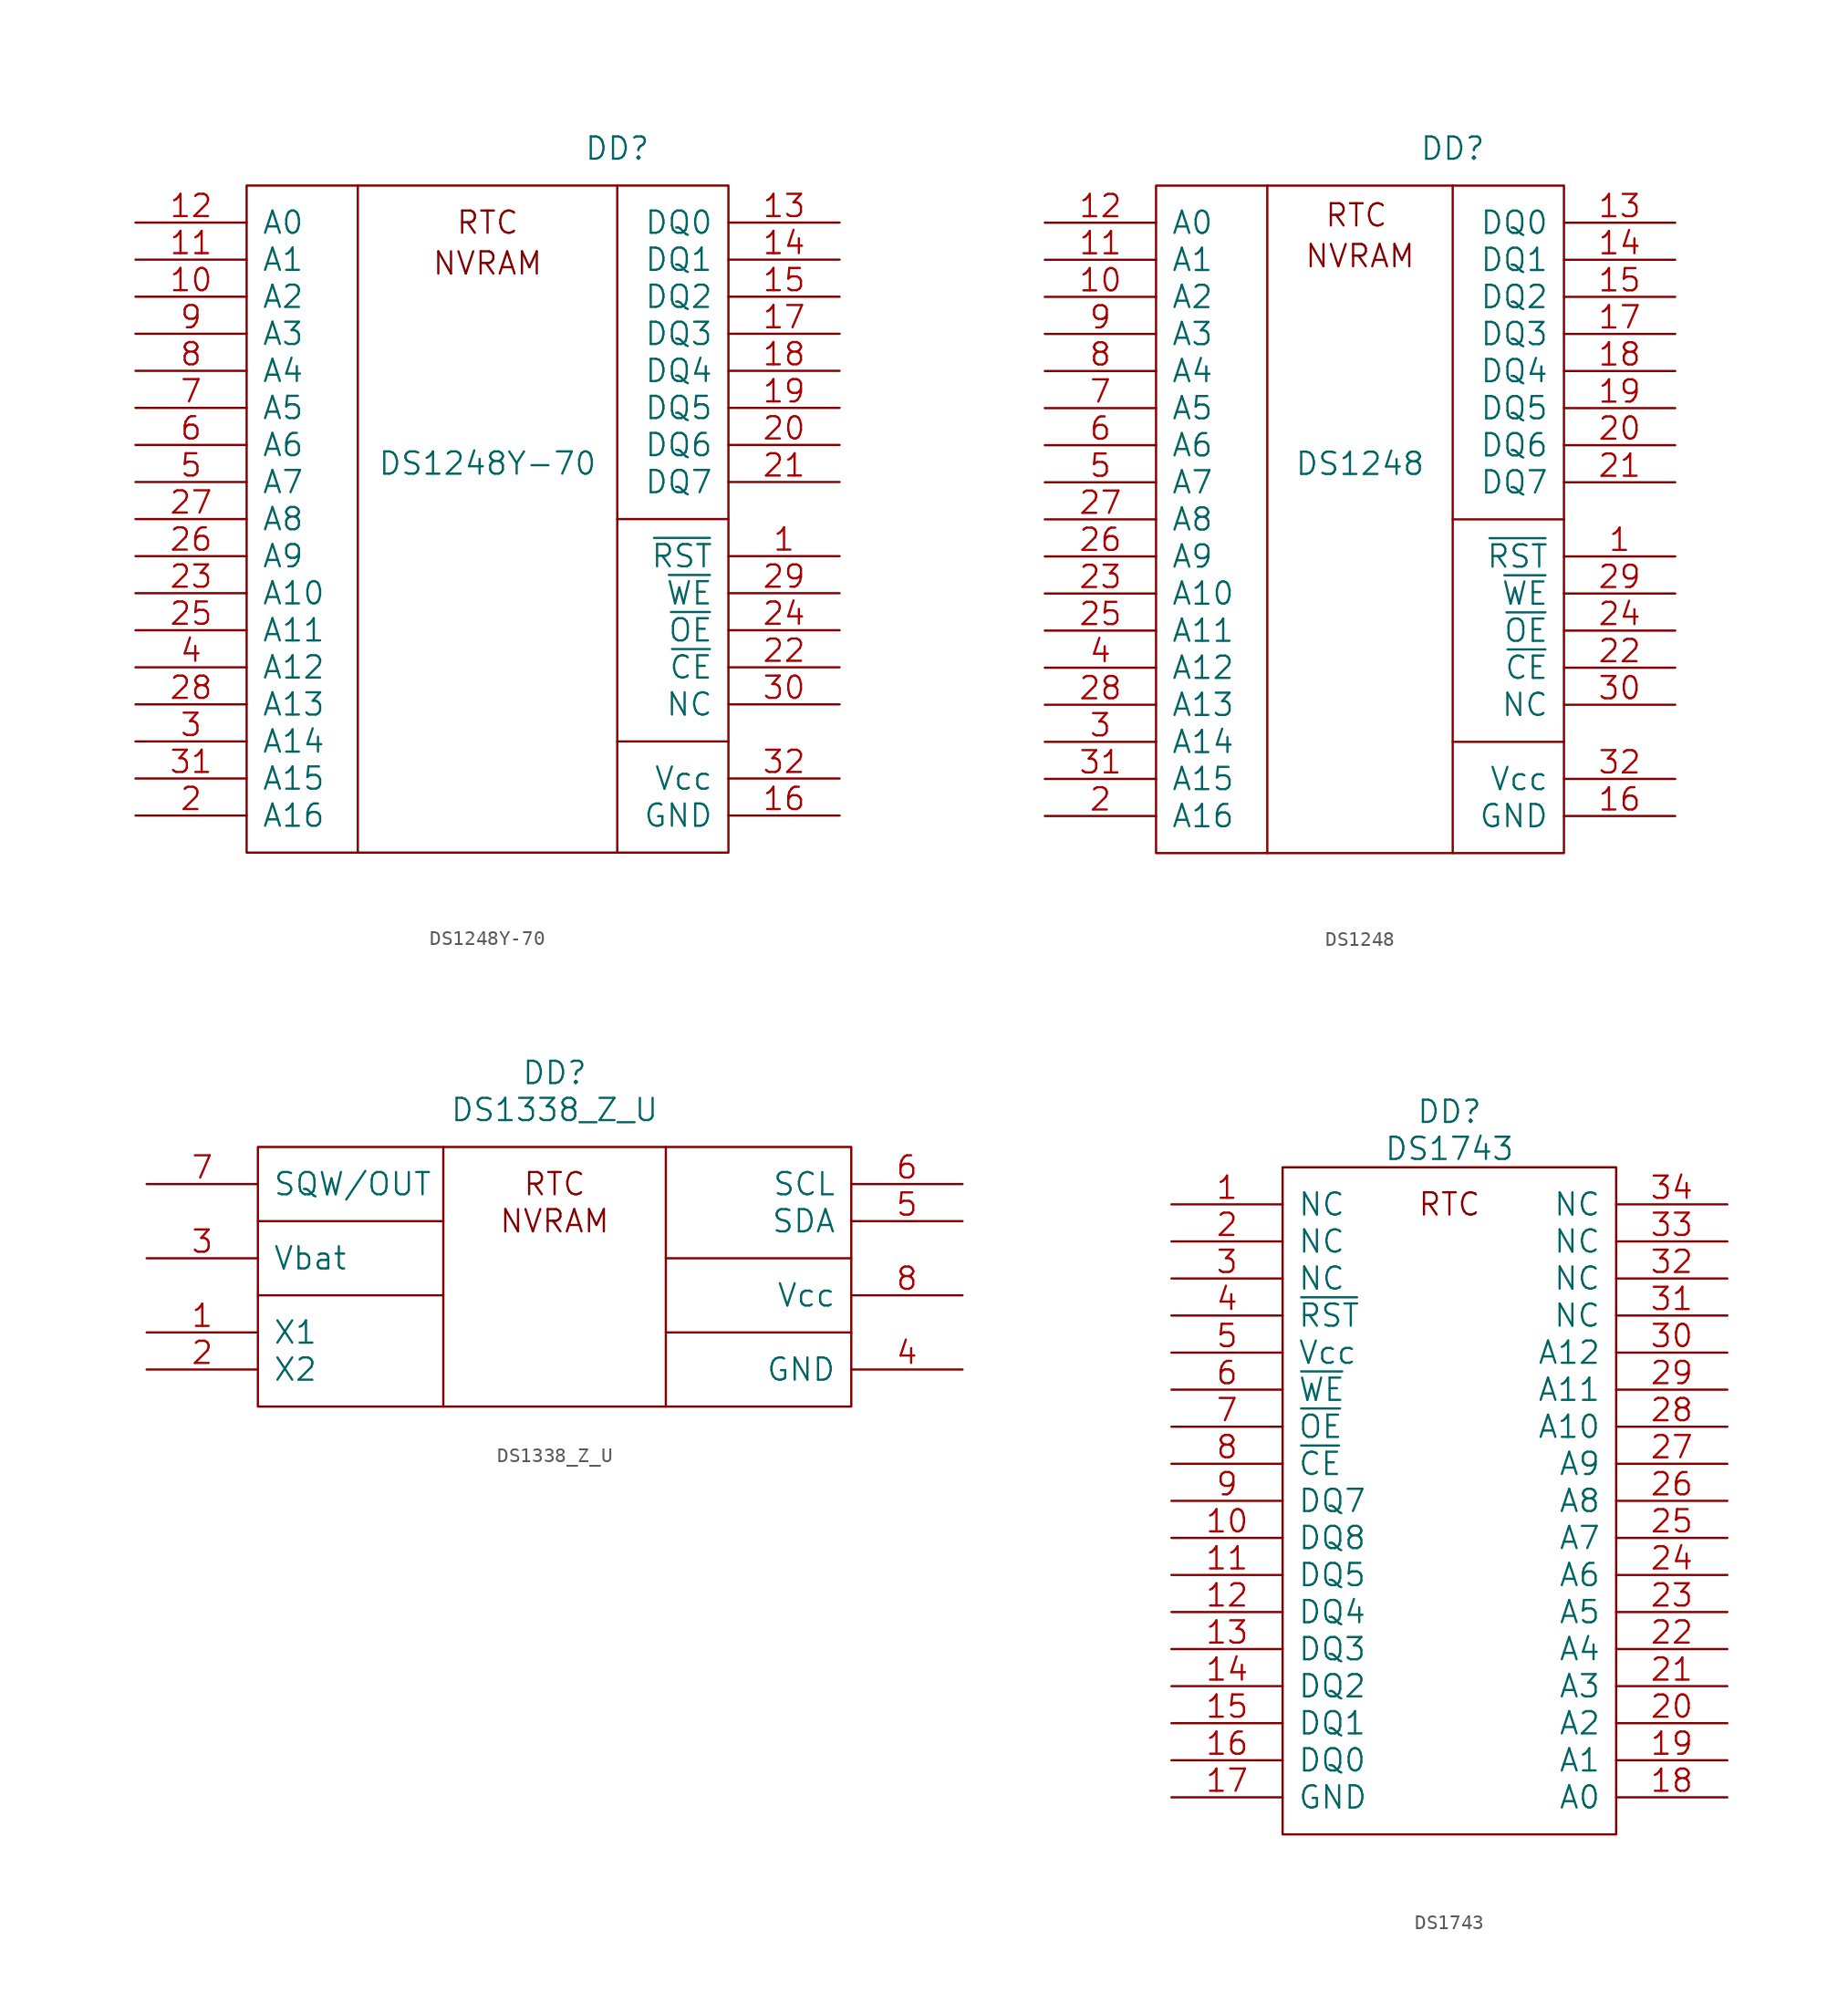
<source format=kicad_sym>
(kicad_symbol_lib
  (version 20241209)
  (generator "kicad_symbol_editor")
  (generator_version "9.0")
  (symbol "DS1248Y-70"
    (pin_names
      (offset 1.016))
    (property "Reference" "DD"
      (at 25.4 2.54 0)
      (effects (font (size 1.524 1.524))))
    (property "Value" "DS1248Y-70"
      (at 16.51 -19.05 0)
      (effects (font (size 1.524 1.524))))
    (property "Footprint" ""
      (at 0 0 0)
      (effects (font (size 1.524 1.524))))
    (property "Datasheet" ""
      (at 0 0 0)
      (effects (font (size 1.524 1.524))))
    (symbol "DS1248Y-70_0_0"
      (rectangle (start 0 0) (end 33.02 -45.72) (stroke (width 0) (type default)) (fill (type none)))
      (polyline (pts (xy 7.62 0) (xy 7.62 -45.72)) (stroke (width 0) (type default)) (fill (type none)))
      (polyline (pts (xy 25.4 0) (xy 25.4 -45.72)) (stroke (width 0) (type default)) (fill (type none)))
      (polyline (pts (xy 33.02 -22.86) (xy 25.4 -22.86)) (stroke (width 0) (type default)) (fill (type none)))
      (polyline (pts (xy 33.02 -38.1) (xy 25.4 -38.1)) (stroke (width 0) (type default)) (fill (type none)))
      (text "NVRAM" (at 16.51 -5.334 0) (effects (font (size 1.524 1.524))))
      (pin input line (at -7.62 -2.54 0) (length 7.62) (name "A0" (effects (font (size 1.524 1.524)))) (number "12" (effects (font (size 1.524 1.524)))))
      (pin input line (at -7.62 -5.08 0) (length 7.62) (name "A1" (effects (font (size 1.524 1.524)))) (number "11" (effects (font (size 1.524 1.524)))))
      (pin input line (at -7.62 -7.62 0) (length 7.62) (name "A2" (effects (font (size 1.524 1.524)))) (number "10" (effects (font (size 1.524 1.524)))))
      (pin input line (at -7.62 -10.16 0) (length 7.62) (name "A3" (effects (font (size 1.524 1.524)))) (number "9" (effects (font (size 1.524 1.524)))))
      (pin input line (at -7.62 -12.7 0) (length 7.62) (name "A4" (effects (font (size 1.524 1.524)))) (number "8" (effects (font (size 1.524 1.524)))))
      (pin input line (at -7.62 -15.24 0) (length 7.62) (name "A5" (effects (font (size 1.524 1.524)))) (number "7" (effects (font (size 1.524 1.524)))))
      (pin input line (at -7.62 -17.78 0) (length 7.62) (name "A6" (effects (font (size 1.524 1.524)))) (number "6" (effects (font (size 1.524 1.524)))))
      (pin input line (at -7.62 -20.32 0) (length 7.62) (name "A7" (effects (font (size 1.524 1.524)))) (number "5" (effects (font (size 1.524 1.524)))))
      (pin input line (at -7.62 -22.86 0) (length 7.62) (name "A8" (effects (font (size 1.524 1.524)))) (number "27" (effects (font (size 1.524 1.524)))))
      (pin input line (at -7.62 -25.4 0) (length 7.62) (name "A9" (effects (font (size 1.524 1.524)))) (number "26" (effects (font (size 1.524 1.524)))))
      (pin input line (at -7.62 -27.94 0) (length 7.62) (name "A10" (effects (font (size 1.524 1.524)))) (number "23" (effects (font (size 1.524 1.524)))))
      (pin input line (at -7.62 -30.48 0) (length 7.62) (name "A11" (effects (font (size 1.524 1.524)))) (number "25" (effects (font (size 1.524 1.524)))))
      (pin input line (at -7.62 -33.02 0) (length 7.62) (name "A12" (effects (font (size 1.524 1.524)))) (number "4" (effects (font (size 1.524 1.524)))))
      (pin input line (at -7.62 -35.56 0) (length 7.62) (name "A13" (effects (font (size 1.524 1.524)))) (number "28" (effects (font (size 1.524 1.524)))))
      (pin input line (at -7.62 -38.1 0) (length 7.62) (name "A14" (effects (font (size 1.524 1.524)))) (number "3" (effects (font (size 1.524 1.524)))))
      (pin input line (at -7.62 -40.64 0) (length 7.62) (name "A15" (effects (font (size 1.524 1.524)))) (number "31" (effects (font (size 1.524 1.524)))))
      (pin input line (at -7.62 -43.18 0) (length 7.62) (name "A16" (effects (font (size 1.524 1.524)))) (number "2" (effects (font (size 1.524 1.524)))))
      (pin input line (at 40.64 -2.54 180) (length 7.62) (name "DQ0" (effects (font (size 1.524 1.524)))) (number "13" (effects (font (size 1.524 1.524)))))
      (pin input line (at 40.64 -5.08 180) (length 7.62) (name "DQ1" (effects (font (size 1.524 1.524)))) (number "14" (effects (font (size 1.524 1.524)))))
      (pin input line (at 40.64 -7.62 180) (length 7.62) (name "DQ2" (effects (font (size 1.524 1.524)))) (number "15" (effects (font (size 1.524 1.524)))))
      (pin input line (at 40.64 -10.16 180) (length 7.62) (name "DQ3" (effects (font (size 1.524 1.524)))) (number "17" (effects (font (size 1.524 1.524)))))
      (pin input line (at 40.64 -12.7 180) (length 7.62) (name "DQ4" (effects (font (size 1.524 1.524)))) (number "18" (effects (font (size 1.524 1.524)))))
      (pin input line (at 40.64 -15.24 180) (length 7.62) (name "DQ5" (effects (font (size 1.524 1.524)))) (number "19" (effects (font (size 1.524 1.524)))))
      (pin input line (at 40.64 -17.78 180) (length 7.62) (name "DQ6" (effects (font (size 1.524 1.524)))) (number "20" (effects (font (size 1.524 1.524)))))
      (pin input line (at 40.64 -20.32 180) (length 7.62) (name "DQ7" (effects (font (size 1.524 1.524)))) (number "21" (effects (font (size 1.524 1.524)))))
      (pin input line (at 40.64 -25.4 180) (length 7.62) (name "~{RST}" (effects (font (size 1.524 1.524)))) (number "1" (effects (font (size 1.524 1.524)))))
      (pin input line (at 40.64 -27.94 180) (length 7.62) (name "~{WE}" (effects (font (size 1.524 1.524)))) (number "29" (effects (font (size 1.524 1.524)))))
      (pin input line (at 40.64 -30.48 180) (length 7.62) (name "~{OE}" (effects (font (size 1.524 1.524)))) (number "24" (effects (font (size 1.524 1.524)))))
      (pin input line (at 40.64 -33.02 180) (length 7.62) (name "~{CE}" (effects (font (size 1.524 1.524)))) (number "22" (effects (font (size 1.524 1.524)))))
      (pin input line (at 40.64 -35.56 180) (length 7.62) (name "NC" (effects (font (size 1.524 1.524)))) (number "30" (effects (font (size 1.524 1.524)))))
      (pin input line (at 40.64 -40.64 180) (length 7.62) (name "Vcc" (effects (font (size 1.524 1.524)))) (number "32" (effects (font (size 1.524 1.524)))))
      (pin input line (at 40.64 -43.18 180) (length 7.62) (name "GND" (effects (font (size 1.524 1.524)))) (number "16" (effects (font (size 1.524 1.524))))))
    (symbol "DS1248Y-70_1_1"
      (text "RTC" (at 16.51 -2.54 0) (effects (font (size 1.524 1.524))))))
  (symbol "DS1248"
    (pin_names
      (offset 1.016))
    (property "Reference" "DD"
      (at 20.32 2.54 0)
      (effects (font (size 1.524 1.524))))
    (property "Value" "DS1248"
      (at 13.97 -19.05 0)
      (effects (font (size 1.524 1.524))))
    (property "Footprint" ""
      (at 0 0 0)
      (effects (font (size 1.524 1.524))))
    (property "Datasheet" ""
      (at 0 0 0)
      (effects (font (size 1.524 1.524))))
    (symbol "DS1248_0_0"
      (rectangle (start 0 0) (end 27.94 -45.72) (stroke (width 0) (type default)) (fill (type none)))
      (polyline (pts (xy 7.62 0) (xy 7.62 -45.72)) (stroke (width 0) (type default)) (fill (type none)))
      (polyline (pts (xy 20.32 0) (xy 20.32 -45.72)) (stroke (width 0) (type default)) (fill (type none)))
      (polyline (pts (xy 27.94 -22.86) (xy 20.32 -22.86)) (stroke (width 0) (type default)) (fill (type none)))
      (polyline (pts (xy 27.94 -38.1) (xy 20.32 -38.1)) (stroke (width 0) (type default)) (fill (type none)))
      (text "NVRAM" (at 13.97 -4.826 0) (effects (font (size 1.524 1.524))))
      (pin input line (at -7.62 -2.54 0) (length 7.62) (name "A0" (effects (font (size 1.524 1.524)))) (number "12" (effects (font (size 1.524 1.524)))))
      (pin input line (at -7.62 -5.08 0) (length 7.62) (name "A1" (effects (font (size 1.524 1.524)))) (number "11" (effects (font (size 1.524 1.524)))))
      (pin input line (at -7.62 -7.62 0) (length 7.62) (name "A2" (effects (font (size 1.524 1.524)))) (number "10" (effects (font (size 1.524 1.524)))))
      (pin input line (at -7.62 -10.16 0) (length 7.62) (name "A3" (effects (font (size 1.524 1.524)))) (number "9" (effects (font (size 1.524 1.524)))))
      (pin input line (at -7.62 -12.7 0) (length 7.62) (name "A4" (effects (font (size 1.524 1.524)))) (number "8" (effects (font (size 1.524 1.524)))))
      (pin input line (at -7.62 -15.24 0) (length 7.62) (name "A5" (effects (font (size 1.524 1.524)))) (number "7" (effects (font (size 1.524 1.524)))))
      (pin input line (at -7.62 -17.78 0) (length 7.62) (name "A6" (effects (font (size 1.524 1.524)))) (number "6" (effects (font (size 1.524 1.524)))))
      (pin input line (at -7.62 -20.32 0) (length 7.62) (name "A7" (effects (font (size 1.524 1.524)))) (number "5" (effects (font (size 1.524 1.524)))))
      (pin input line (at -7.62 -22.86 0) (length 7.62) (name "A8" (effects (font (size 1.524 1.524)))) (number "27" (effects (font (size 1.524 1.524)))))
      (pin input line (at -7.62 -25.4 0) (length 7.62) (name "A9" (effects (font (size 1.524 1.524)))) (number "26" (effects (font (size 1.524 1.524)))))
      (pin input line (at -7.62 -27.94 0) (length 7.62) (name "A10" (effects (font (size 1.524 1.524)))) (number "23" (effects (font (size 1.524 1.524)))))
      (pin input line (at -7.62 -30.48 0) (length 7.62) (name "A11" (effects (font (size 1.524 1.524)))) (number "25" (effects (font (size 1.524 1.524)))))
      (pin input line (at -7.62 -33.02 0) (length 7.62) (name "A12" (effects (font (size 1.524 1.524)))) (number "4" (effects (font (size 1.524 1.524)))))
      (pin input line (at -7.62 -35.56 0) (length 7.62) (name "A13" (effects (font (size 1.524 1.524)))) (number "28" (effects (font (size 1.524 1.524)))))
      (pin input line (at -7.62 -38.1 0) (length 7.62) (name "A14" (effects (font (size 1.524 1.524)))) (number "3" (effects (font (size 1.524 1.524)))))
      (pin input line (at -7.62 -40.64 0) (length 7.62) (name "A15" (effects (font (size 1.524 1.524)))) (number "31" (effects (font (size 1.524 1.524)))))
      (pin input line (at -7.62 -43.18 0) (length 7.62) (name "A16" (effects (font (size 1.524 1.524)))) (number "2" (effects (font (size 1.524 1.524)))))
      (pin input line (at 35.56 -2.54 180) (length 7.62) (name "DQ0" (effects (font (size 1.524 1.524)))) (number "13" (effects (font (size 1.524 1.524)))))
      (pin input line (at 35.56 -5.08 180) (length 7.62) (name "DQ1" (effects (font (size 1.524 1.524)))) (number "14" (effects (font (size 1.524 1.524)))))
      (pin input line (at 35.56 -7.62 180) (length 7.62) (name "DQ2" (effects (font (size 1.524 1.524)))) (number "15" (effects (font (size 1.524 1.524)))))
      (pin input line (at 35.56 -10.16 180) (length 7.62) (name "DQ3" (effects (font (size 1.524 1.524)))) (number "17" (effects (font (size 1.524 1.524)))))
      (pin input line (at 35.56 -12.7 180) (length 7.62) (name "DQ4" (effects (font (size 1.524 1.524)))) (number "18" (effects (font (size 1.524 1.524)))))
      (pin input line (at 35.56 -15.24 180) (length 7.62) (name "DQ5" (effects (font (size 1.524 1.524)))) (number "19" (effects (font (size 1.524 1.524)))))
      (pin input line (at 35.56 -17.78 180) (length 7.62) (name "DQ6" (effects (font (size 1.524 1.524)))) (number "20" (effects (font (size 1.524 1.524)))))
      (pin input line (at 35.56 -20.32 180) (length 7.62) (name "DQ7" (effects (font (size 1.524 1.524)))) (number "21" (effects (font (size 1.524 1.524)))))
      (pin input line (at 35.56 -25.4 180) (length 7.62) (name "~{RST}" (effects (font (size 1.524 1.524)))) (number "1" (effects (font (size 1.524 1.524)))))
      (pin input line (at 35.56 -27.94 180) (length 7.62) (name "~{WE}" (effects (font (size 1.524 1.524)))) (number "29" (effects (font (size 1.524 1.524)))))
      (pin input line (at 35.56 -30.48 180) (length 7.62) (name "~{OE}" (effects (font (size 1.524 1.524)))) (number "24" (effects (font (size 1.524 1.524)))))
      (pin input line (at 35.56 -33.02 180) (length 7.62) (name "~{CE}" (effects (font (size 1.524 1.524)))) (number "22" (effects (font (size 1.524 1.524)))))
      (pin input line (at 35.56 -35.56 180) (length 7.62) (name "NC" (effects (font (size 1.524 1.524)))) (number "30" (effects (font (size 1.524 1.524)))))
      (pin input line (at 35.56 -40.64 180) (length 7.62) (name "Vcc" (effects (font (size 1.524 1.524)))) (number "32" (effects (font (size 1.524 1.524)))))
      (pin input line (at 35.56 -43.18 180) (length 7.62) (name "GND" (effects (font (size 1.524 1.524)))) (number "16" (effects (font (size 1.524 1.524))))))
    (symbol "DS1248_1_1"
      (text "RTC" (at 13.716 -2.032 0) (effects (font (size 1.524 1.524))))))
  (symbol "DS1338_Z_U"
    (pin_names
      (offset 1.016))
    (property "Reference" "DD"
      (at 15.24 5.08 0)
      (effects (font (size 1.524 1.524))))
    (property "Value" "DS1338_Z_U"
      (at 15.24 2.54 0)
      (effects (font (size 1.524 1.524))))
    (property "Footprint" ""
      (at 0 0 0)
      (effects (font (size 1.524 1.524))))
    (property "Datasheet" ""
      (at 0 0 0)
      (effects (font (size 1.524 1.524))))
    (symbol "DS1338_Z_U_0_0"
      (polyline (pts (xy -5.08 -5.08) (xy 7.62 -5.08)) (stroke (width 0) (type default)) (fill (type none)))
      (polyline (pts (xy -5.08 -10.16) (xy 7.62 -10.16)) (stroke (width 0) (type default)) (fill (type none)))
      (polyline (pts (xy 35.56 -7.62) (xy 22.86 -7.62)) (stroke (width 0) (type default)) (fill (type none)))
      (polyline (pts (xy 35.56 -12.7) (xy 22.86 -12.7)) (stroke (width 0) (type default)) (fill (type none)))
      (text "NVRAM" (at 15.24 -5.08 0) (effects (font (size 1.524 1.524))))
      (pin output line (at -12.7 -2.54 0) (length 7.62) (name "SQW/OUT" (effects (font (size 1.524 1.524)))) (number "7" (effects (font (size 1.524 1.524)))))
      (pin input line (at -12.7 -7.62 0) (length 7.62) (name "Vbat" (effects (font (size 1.524 1.524)))) (number "3" (effects (font (size 1.524 1.524)))))
      (pin input line (at -12.7 -12.7 0) (length 7.62) (name "X1" (effects (font (size 1.524 1.524)))) (number "1" (effects (font (size 1.524 1.524)))))
      (pin input line (at -12.7 -15.24 0) (length 7.62) (name "X2" (effects (font (size 1.524 1.524)))) (number "2" (effects (font (size 1.524 1.524)))))
      (pin input line (at 43.18 -2.54 180) (length 7.62) (name "SCL" (effects (font (size 1.524 1.524)))) (number "6" (effects (font (size 1.524 1.524)))))
      (pin bidirectional line (at 43.18 -5.08 180) (length 7.62) (name "SDA" (effects (font (size 1.524 1.524)))) (number "5" (effects (font (size 1.524 1.524)))))
      (pin input line (at 43.18 -10.16 180) (length 7.62) (name "Vcc" (effects (font (size 1.524 1.524)))) (number "8" (effects (font (size 1.524 1.524)))))
      (pin input line (at 43.18 -15.24 180) (length 7.62) (name "GND" (effects (font (size 1.524 1.524)))) (number "4" (effects (font (size 1.524 1.524))))))
    (symbol "DS1338_Z_U_0_1"
      (rectangle (start -5.08 0) (end 35.56 -17.78) (stroke (width 0) (type default)) (fill (type none)))
      (polyline (pts (xy 7.62 -17.78) (xy 7.62 0)) (stroke (width 0) (type default)) (fill (type none)))
      (polyline (pts (xy 22.86 -17.78) (xy 22.86 0)) (stroke (width 0) (type default)) (fill (type none))))
    (symbol "DS1338_Z_U_1_1"
      (text "RTC" (at 15.24 -2.54 0) (effects (font (size 1.524 1.524))))))
  (symbol "DS1743"
    (pin_names
      (offset 1.016))
    (property "Reference" "DD"
      (at 11.43 3.81 0)
      (effects (font (size 1.524 1.524))))
    (property "Value" "DS1743"
      (at 11.43 1.27 0)
      (effects (font (size 1.524 1.524))))
    (property "Footprint" ""
      (at 0 0 0)
      (effects (font (size 1.524 1.524))))
    (property "Datasheet" ""
      (at 0 0 0)
      (effects (font (size 1.524 1.524))))
    (symbol "DS1743_0_0"
      (pin input line (at -7.62 -2.54 0) (length 7.62) (name "NC" (effects (font (size 1.524 1.524)))) (number "1" (effects (font (size 1.524 1.524)))))
      (pin input line (at -7.62 -5.08 0) (length 7.62) (name "NC" (effects (font (size 1.524 1.524)))) (number "2" (effects (font (size 1.524 1.524)))))
      (pin input line (at -7.62 -7.62 0) (length 7.62) (name "NC" (effects (font (size 1.524 1.524)))) (number "3" (effects (font (size 1.524 1.524)))))
      (pin input line (at -7.62 -10.16 0) (length 7.62) (name "~{RST}" (effects (font (size 1.524 1.524)))) (number "4" (effects (font (size 1.524 1.524)))))
      (pin input line (at -7.62 -12.7 0) (length 7.62) (name "Vcc" (effects (font (size 1.524 1.524)))) (number "5" (effects (font (size 1.524 1.524)))))
      (pin input line (at -7.62 -15.24 0) (length 7.62) (name "~{WE}" (effects (font (size 1.524 1.524)))) (number "6" (effects (font (size 1.524 1.524)))))
      (pin input line (at -7.62 -17.78 0) (length 7.62) (name "~{OE}" (effects (font (size 1.524 1.524)))) (number "7" (effects (font (size 1.524 1.524)))))
      (pin input line (at -7.62 -20.32 0) (length 7.62) (name "~{CE}" (effects (font (size 1.524 1.524)))) (number "8" (effects (font (size 1.524 1.524)))))
      (pin input line (at -7.62 -22.86 0) (length 7.62) (name "DQ7" (effects (font (size 1.524 1.524)))) (number "9" (effects (font (size 1.524 1.524)))))
      (pin input line (at -7.62 -25.4 0) (length 7.62) (name "DQ8" (effects (font (size 1.524 1.524)))) (number "10" (effects (font (size 1.524 1.524)))))
      (pin input line (at -7.62 -27.94 0) (length 7.62) (name "DQ5" (effects (font (size 1.524 1.524)))) (number "11" (effects (font (size 1.524 1.524)))))
      (pin input line (at -7.62 -30.48 0) (length 7.62) (name "DQ4" (effects (font (size 1.524 1.524)))) (number "12" (effects (font (size 1.524 1.524)))))
      (pin input line (at -7.62 -33.02 0) (length 7.62) (name "DQ3" (effects (font (size 1.524 1.524)))) (number "13" (effects (font (size 1.524 1.524)))))
      (pin input line (at -7.62 -35.56 0) (length 7.62) (name "DQ2" (effects (font (size 1.524 1.524)))) (number "14" (effects (font (size 1.524 1.524)))))
      (pin input line (at -7.62 -38.1 0) (length 7.62) (name "DQ1" (effects (font (size 1.524 1.524)))) (number "15" (effects (font (size 1.524 1.524)))))
      (pin input line (at -7.62 -40.64 0) (length 7.62) (name "DQ0" (effects (font (size 1.524 1.524)))) (number "16" (effects (font (size 1.524 1.524)))))
      (pin input line (at -7.62 -43.18 0) (length 7.62) (name "GND" (effects (font (size 1.524 1.524)))) (number "17" (effects (font (size 1.524 1.524)))))
      (pin input line (at 30.48 -2.54 180) (length 7.62) (name "NC" (effects (font (size 1.524 1.524)))) (number "34" (effects (font (size 1.524 1.524)))))
      (pin input line (at 30.48 -5.08 180) (length 7.62) (name "NC" (effects (font (size 1.524 1.524)))) (number "33" (effects (font (size 1.524 1.524)))))
      (pin input line (at 30.48 -7.62 180) (length 7.62) (name "NC" (effects (font (size 1.524 1.524)))) (number "32" (effects (font (size 1.524 1.524)))))
      (pin input line (at 30.48 -10.16 180) (length 7.62) (name "NC" (effects (font (size 1.524 1.524)))) (number "31" (effects (font (size 1.524 1.524)))))
      (pin input line (at 30.48 -12.7 180) (length 7.62) (name "A12" (effects (font (size 1.524 1.524)))) (number "30" (effects (font (size 1.524 1.524)))))
      (pin input line (at 30.48 -15.24 180) (length 7.62) (name "A11" (effects (font (size 1.524 1.524)))) (number "29" (effects (font (size 1.524 1.524)))))
      (pin input line (at 30.48 -17.78 180) (length 7.62) (name "A10" (effects (font (size 1.524 1.524)))) (number "28" (effects (font (size 1.524 1.524)))))
      (pin input line (at 30.48 -20.32 180) (length 7.62) (name "A9" (effects (font (size 1.524 1.524)))) (number "27" (effects (font (size 1.524 1.524)))))
      (pin input line (at 30.48 -22.86 180) (length 7.62) (name "A8" (effects (font (size 1.524 1.524)))) (number "26" (effects (font (size 1.524 1.524)))))
      (pin input line (at 30.48 -25.4 180) (length 7.62) (name "A7" (effects (font (size 1.524 1.524)))) (number "25" (effects (font (size 1.524 1.524)))))
      (pin input line (at 30.48 -27.94 180) (length 7.62) (name "A6" (effects (font (size 1.524 1.524)))) (number "24" (effects (font (size 1.524 1.524)))))
      (pin input line (at 30.48 -30.48 180) (length 7.62) (name "A5" (effects (font (size 1.524 1.524)))) (number "23" (effects (font (size 1.524 1.524)))))
      (pin input line (at 30.48 -33.02 180) (length 7.62) (name "A4" (effects (font (size 1.524 1.524)))) (number "22" (effects (font (size 1.524 1.524)))))
      (pin input line (at 30.48 -35.56 180) (length 7.62) (name "A3" (effects (font (size 1.524 1.524)))) (number "21" (effects (font (size 1.524 1.524)))))
      (pin input line (at 30.48 -38.1 180) (length 7.62) (name "A2" (effects (font (size 1.524 1.524)))) (number "20" (effects (font (size 1.524 1.524)))))
      (pin input line (at 30.48 -40.64 180) (length 7.62) (name "A1" (effects (font (size 1.524 1.524)))) (number "19" (effects (font (size 1.524 1.524)))))
      (pin input line (at 30.48 -43.18 180) (length 7.62) (name "A0" (effects (font (size 1.524 1.524)))) (number "18" (effects (font (size 1.524 1.524))))))
    (symbol "DS1743_0_1"
      (rectangle (start 0 0) (end 22.86 -45.72) (stroke (width 0) (type default)) (fill (type none))))
    (symbol "DS1743_1_1"
      (text "RTC" (at 11.43 -2.54 0) (effects (font (size 1.524 1.524)))))))
</source>
